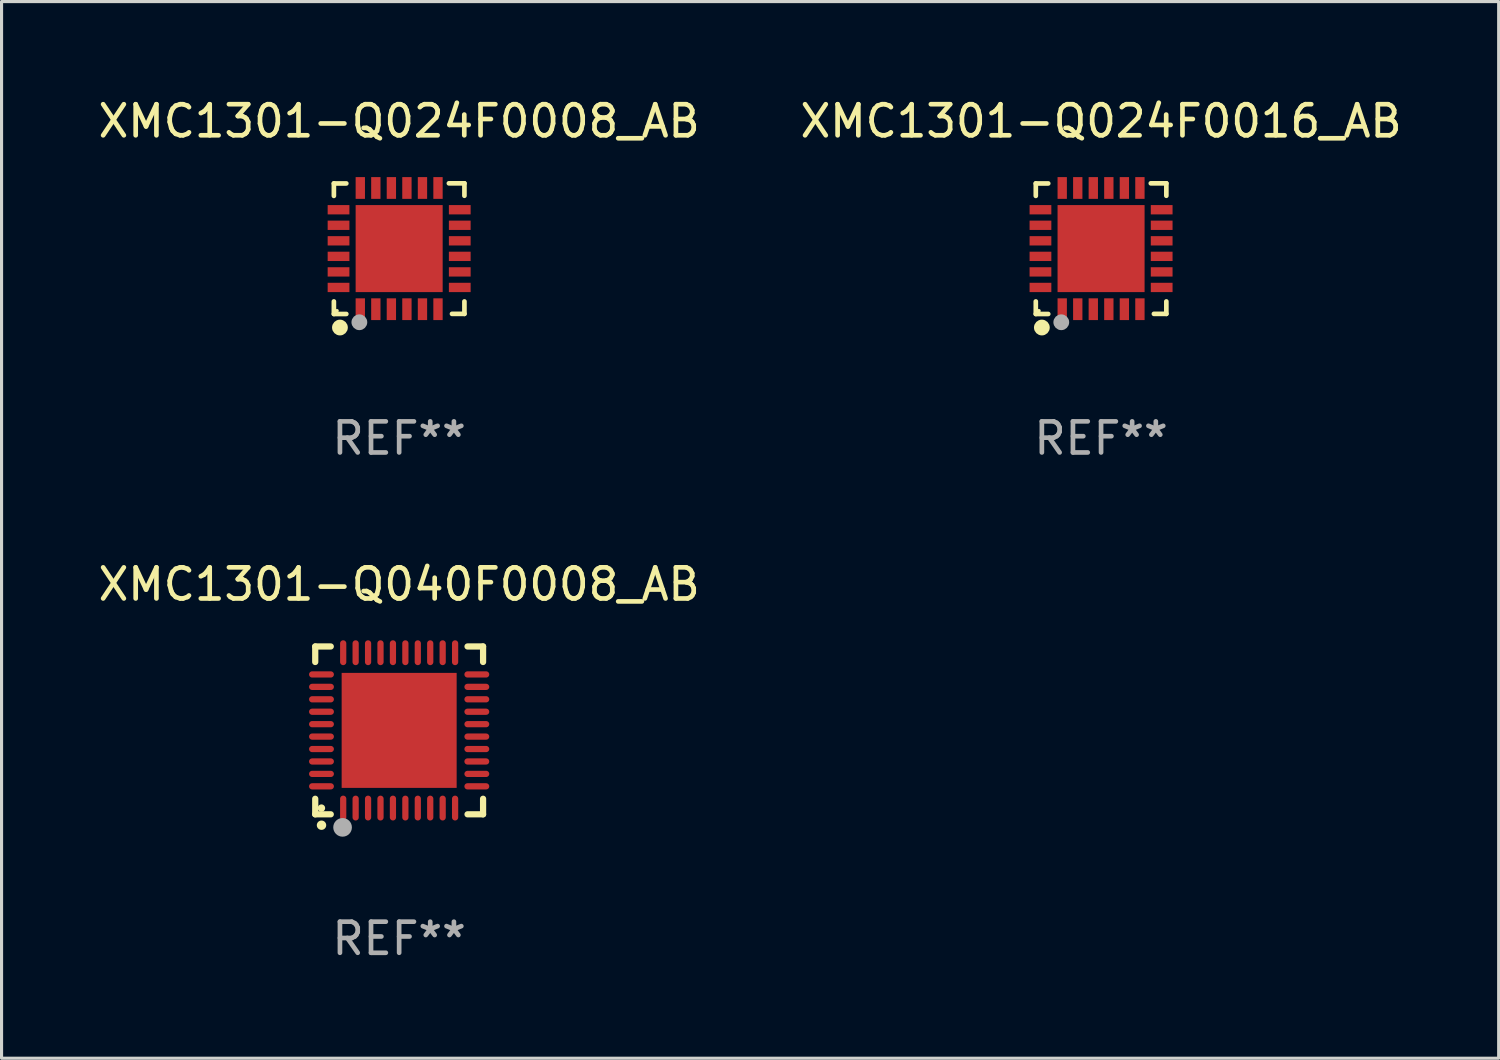
<source format=kicad_pcb>
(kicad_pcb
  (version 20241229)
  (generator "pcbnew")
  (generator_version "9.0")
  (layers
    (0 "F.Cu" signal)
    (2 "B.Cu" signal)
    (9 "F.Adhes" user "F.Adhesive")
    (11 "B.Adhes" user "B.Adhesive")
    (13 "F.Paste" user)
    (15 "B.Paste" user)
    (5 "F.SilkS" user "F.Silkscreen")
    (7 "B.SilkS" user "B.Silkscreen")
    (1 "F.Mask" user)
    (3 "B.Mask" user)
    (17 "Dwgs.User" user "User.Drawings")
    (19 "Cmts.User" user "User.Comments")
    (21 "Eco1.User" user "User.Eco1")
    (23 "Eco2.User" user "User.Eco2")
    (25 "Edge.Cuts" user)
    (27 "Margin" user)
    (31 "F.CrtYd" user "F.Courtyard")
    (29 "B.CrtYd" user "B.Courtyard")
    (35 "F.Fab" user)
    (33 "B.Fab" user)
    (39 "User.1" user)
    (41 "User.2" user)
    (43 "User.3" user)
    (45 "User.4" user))
  (footprint "XMC1301-Q040F0008_AB"
    (layer "F.Cu")
    (at 9.792 20.449)
    (property "Reference" "XMC1301-Q040F0008_AB" (at 0 -4.7 0) (layer "F.SilkS") (effects (font (size 1 1) (thickness 0.15))))
    (attr through_hole)
    (fp_line (start -2.7 -2.7) (end -2.7 -2.2) (stroke (width 0.2) (type solid)) (layer "F.SilkS"))
    (fp_line (start -2.7 2.7) (end -2.7 2.2) (stroke (width 0.2) (type solid)) (layer "F.SilkS"))
    (fp_line (start -2.2 -2.7) (end -2.7 -2.7) (stroke (width 0.2) (type solid)) (layer "F.SilkS"))
    (fp_line (start -2.2 2.7) (end -2.7 2.7) (stroke (width 0.2) (type solid)) (layer "F.SilkS"))
    (fp_line (start 2.7 -2.7) (end 2.2 -2.7) (stroke (width 0.2) (type solid)) (layer "F.SilkS"))
    (fp_line (start 2.7 -2.2) (end 2.7 -2.7) (stroke (width 0.2) (type solid)) (layer "F.SilkS"))
    (fp_line (start 2.7 2.2) (end 2.7 2.7) (stroke (width 0.2) (type solid)) (layer "F.SilkS"))
    (fp_line (start 2.7 2.7) (end 2.2 2.7) (stroke (width 0.2) (type solid)) (layer "F.SilkS"))
    (fp_arc (start -2.499365 3.050546) (mid -2.498095 3.050541) (end -2.496825 3.050546) (stroke (width 0.3) (type solid)) (layer "F.SilkS"))
    (fp_circle (center -2.5 2.5) (end -2.44 2.5) (stroke (width 0.12) (type solid)) (fill no) (layer "F.SilkS"))
    (fp_circle (center -1.82 3.12) (end -1.67 3.12) (stroke (width 0.3) (type solid)) (fill no) (layer "F.Fab"))
    (fp_text user "REF**" (at 0 6.7 0) (layer "F.Fab") (effects (font (size 1 1) (thickness 0.15))))
    (pad "1" smd oval (at -1.8 2.499) (size 0.2 0.8) (layers "F.Cu" "F.Mask" "F.Paste"))
    (pad "2" smd oval (at -1.4 2.499) (size 0.2 0.8) (layers "F.Cu" "F.Mask" "F.Paste"))
    (pad "3" smd oval (at -1 2.499) (size 0.2 0.8) (layers "F.Cu" "F.Mask" "F.Paste"))
    (pad "4" smd oval (at -0.6 2.499) (size 0.2 0.8) (layers "F.Cu" "F.Mask" "F.Paste"))
    (pad "5" smd oval (at -0.2 2.499) (size 0.2 0.8) (layers "F.Cu" "F.Mask" "F.Paste"))
    (pad "6" smd oval (at 0.2 2.499) (size 0.2 0.8) (layers "F.Cu" "F.Mask" "F.Paste"))
    (pad "7" smd oval (at 0.6 2.499) (size 0.2 0.8) (layers "F.Cu" "F.Mask" "F.Paste"))
    (pad "8" smd oval (at 1 2.499) (size 0.2 0.8) (layers "F.Cu" "F.Mask" "F.Paste"))
    (pad "9" smd oval (at 1.4 2.499) (size 0.2 0.8) (layers "F.Cu" "F.Mask" "F.Paste"))
    (pad "10" smd oval (at 1.8 2.499) (size 0.2 0.8) (layers "F.Cu" "F.Mask" "F.Paste"))
    (pad "11" smd oval (at 2.499 1.8) (size 0.8 0.2) (layers "F.Cu" "F.Mask" "F.Paste"))
    (pad "12" smd oval (at 2.499 1.4) (size 0.8 0.2) (layers "F.Cu" "F.Mask" "F.Paste"))
    (pad "13" smd oval (at 2.499 1) (size 0.8 0.2) (layers "F.Cu" "F.Mask" "F.Paste"))
    (pad "14" smd oval (at 2.499 0.6) (size 0.8 0.2) (layers "F.Cu" "F.Mask" "F.Paste"))
    (pad "15" smd oval (at 2.499 0.2) (size 0.8 0.2) (layers "F.Cu" "F.Mask" "F.Paste"))
    (pad "16" smd oval (at 2.499 -0.2) (size 0.8 0.2) (layers "F.Cu" "F.Mask" "F.Paste"))
    (pad "17" smd oval (at 2.499 -0.6) (size 0.8 0.2) (layers "F.Cu" "F.Mask" "F.Paste"))
    (pad "18" smd oval (at 2.499 -1) (size 0.8 0.2) (layers "F.Cu" "F.Mask" "F.Paste"))
    (pad "19" smd oval (at 2.499 -1.4) (size 0.8 0.2) (layers "F.Cu" "F.Mask" "F.Paste"))
    (pad "20" smd oval (at 2.499 -1.8) (size 0.8 0.2) (layers "F.Cu" "F.Mask" "F.Paste"))
    (pad "21" smd oval (at 1.8 -2.499) (size 0.2 0.8) (layers "F.Cu" "F.Mask" "F.Paste"))
    (pad "22" smd oval (at 1.4 -2.499) (size 0.2 0.8) (layers "F.Cu" "F.Mask" "F.Paste"))
    (pad "23" smd oval (at 1 -2.499) (size 0.2 0.8) (layers "F.Cu" "F.Mask" "F.Paste"))
    (pad "24" smd oval (at 0.6 -2.499) (size 0.2 0.8) (layers "F.Cu" "F.Mask" "F.Paste"))
    (pad "25" smd oval (at 0.2 -2.499) (size 0.2 0.8) (layers "F.Cu" "F.Mask" "F.Paste"))
    (pad "26" smd oval (at -0.2 -2.499) (size 0.2 0.8) (layers "F.Cu" "F.Mask" "F.Paste"))
    (pad "27" smd oval (at -0.6 -2.499) (size 0.2 0.8) (layers "F.Cu" "F.Mask" "F.Paste"))
    (pad "28" smd oval (at -1 -2.499) (size 0.2 0.8) (layers "F.Cu" "F.Mask" "F.Paste"))
    (pad "29" smd oval (at -1.4 -2.499) (size 0.2 0.8) (layers "F.Cu" "F.Mask" "F.Paste"))
    (pad "30" smd oval (at -1.8 -2.499) (size 0.2 0.8) (layers "F.Cu" "F.Mask" "F.Paste"))
    (pad "31" smd oval (at -2.499 -1.8) (size 0.8 0.2) (layers "F.Cu" "F.Mask" "F.Paste"))
    (pad "32" smd oval (at -2.499 -1.4) (size 0.8 0.2) (layers "F.Cu" "F.Mask" "F.Paste"))
    (pad "33" smd oval (at -2.499 -1) (size 0.8 0.2) (layers "F.Cu" "F.Mask" "F.Paste"))
    (pad "34" smd oval (at -2.499 -0.6) (size 0.8 0.2) (layers "F.Cu" "F.Mask" "F.Paste"))
    (pad "35" smd oval (at -2.499 -0.2) (size 0.8 0.2) (layers "F.Cu" "F.Mask" "F.Paste"))
    (pad "36" smd oval (at -2.499 0.2) (size 0.8 0.2) (layers "F.Cu" "F.Mask" "F.Paste"))
    (pad "37" smd oval (at -2.499 0.6) (size 0.8 0.2) (layers "F.Cu" "F.Mask" "F.Paste"))
    (pad "38" smd oval (at -2.499 1) (size 0.8 0.2) (layers "F.Cu" "F.Mask" "F.Paste"))
    (pad "39" smd oval (at -2.499 1.4) (size 0.8 0.2) (layers "F.Cu" "F.Mask" "F.Paste"))
    (pad "40" smd oval (at -2.499 1.8) (size 0.8 0.2) (layers "F.Cu" "F.Mask" "F.Paste"))
    (pad "41" smd rect (at 0 0) (size 3.7 3.7) (layers "F.Cu" "F.Mask" "F.Paste")))
  (footprint "XMC1301-Q024F0008_AB"
    (layer "F.Cu")
    (at 9.792 4.95)
    (property "Reference" "XMC1301-Q024F0008_AB" (at 0 -4.102 0) (layer "F.SilkS") (effects (font (size 1 1) (thickness 0.15))))
    (attr through_hole)
    (fp_line (start -2.1 -2.098) (end -1.7 -2.098) (stroke (width 0.15) (type solid)) (layer "F.SilkS"))
    (fp_line (start -2.1 -1.698) (end -2.1 -2.098) (stroke (width 0.15) (type solid)) (layer "F.SilkS"))
    (fp_line (start -2.1 2.102) (end -2.1 1.698) (stroke (width 0.15) (type solid)) (layer "F.SilkS"))
    (fp_line (start -1.7 2.102) (end -2.1 2.102) (stroke (width 0.15) (type solid)) (layer "F.SilkS"))
    (fp_line (start 1.6 -2.102) (end 2.1 -2.102) (stroke (width 0.15) (type solid)) (layer "F.SilkS"))
    (fp_line (start 1.7 2.098) (end 2.1 2.098) (stroke (width 0.15) (type solid)) (layer "F.SilkS"))
    (fp_line (start 2.1 -2.102) (end 2.1 -1.702) (stroke (width 0.15) (type solid)) (layer "F.SilkS"))
    (fp_line (start 2.1 2.098) (end 2.1 1.698) (stroke (width 0.15) (type solid)) (layer "F.SilkS"))
    (fp_circle (center -2 1.998) (end -1.97 1.998) (stroke (width 0.06) (type solid)) (fill no) (layer "F.SilkS"))
    (fp_circle (center -1.905 2.538) (end -1.778 2.538) (stroke (width 0.254) (type solid)) (fill no) (layer "F.SilkS"))
    (fp_circle (center -1.28 2.368) (end -1.153 2.368) (stroke (width 0.254) (type solid)) (fill no) (layer "F.Fab"))
    (fp_text user "REF**" (at 0 6.102 0) (layer "F.Fab") (effects (font (size 1 1) (thickness 0.15))))
    (pad "1" smd rect (at -1.25 1.948 180) (size 0.3 0.7) (layers "F.Cu" "F.Mask" "F.Paste"))
    (pad "2" smd rect (at -0.75 1.948 180) (size 0.3 0.7) (layers "F.Cu" "F.Mask" "F.Paste"))
    (pad "3" smd rect (at -0.25 1.948 180) (size 0.3 0.7) (layers "F.Cu" "F.Mask" "F.Paste"))
    (pad "4" smd rect (at 0.25 1.948 180) (size 0.3 0.7) (layers "F.Cu" "F.Mask" "F.Paste"))
    (pad "5" smd rect (at 0.75 1.948 180) (size 0.3 0.7) (layers "F.Cu" "F.Mask" "F.Paste"))
    (pad "6" smd rect (at 1.25 1.948 180) (size 0.3 0.7) (layers "F.Cu" "F.Mask" "F.Paste"))
    (pad "7" smd rect (at 1.95 1.248 270) (size 0.3 0.7) (layers "F.Cu" "F.Mask" "F.Paste"))
    (pad "8" smd rect (at 1.95 0.748 270) (size 0.3 0.7) (layers "F.Cu" "F.Mask" "F.Paste"))
    (pad "9" smd rect (at 1.95 0.248 270) (size 0.3 0.7) (layers "F.Cu" "F.Mask" "F.Paste"))
    (pad "10" smd rect (at 1.95 -0.252 270) (size 0.3 0.7) (layers "F.Cu" "F.Mask" "F.Paste"))
    (pad "11" smd rect (at 1.95 -0.752 270) (size 0.3 0.7) (layers "F.Cu" "F.Mask" "F.Paste"))
    (pad "12" smd rect (at 1.95 -1.252 270) (size 0.3 0.7) (layers "F.Cu" "F.Mask" "F.Paste"))
    (pad "13" smd rect (at 1.25 -1.952) (size 0.3 0.7) (layers "F.Cu" "F.Mask" "F.Paste"))
    (pad "14" smd rect (at 0.75 -1.952) (size 0.3 0.7) (layers "F.Cu" "F.Mask" "F.Paste"))
    (pad "15" smd rect (at 0.25 -1.952) (size 0.3 0.7) (layers "F.Cu" "F.Mask" "F.Paste"))
    (pad "16" smd rect (at -0.25 -1.952) (size 0.3 0.7) (layers "F.Cu" "F.Mask" "F.Paste"))
    (pad "17" smd rect (at -0.75 -1.952) (size 0.3 0.7) (layers "F.Cu" "F.Mask" "F.Paste"))
    (pad "18" smd rect (at -1.25 -1.952) (size 0.3 0.7) (layers "F.Cu" "F.Mask" "F.Paste"))
    (pad "19" smd rect (at -1.95 -1.252 90) (size 0.3 0.7) (layers "F.Cu" "F.Mask" "F.Paste"))
    (pad "20" smd rect (at -1.95 -0.752 90) (size 0.3 0.7) (layers "F.Cu" "F.Mask" "F.Paste"))
    (pad "21" smd rect (at -1.95 -0.252 90) (size 0.3 0.7) (layers "F.Cu" "F.Mask" "F.Paste"))
    (pad "22" smd rect (at -1.95 0.248 90) (size 0.3 0.7) (layers "F.Cu" "F.Mask" "F.Paste"))
    (pad "23" smd rect (at -1.95 0.748 90) (size 0.3 0.7) (layers "F.Cu" "F.Mask" "F.Paste"))
    (pad "24" smd rect (at -1.95 1.248 90) (size 0.3 0.7) (layers "F.Cu" "F.Mask" "F.Paste"))
    (pad "25" smd rect (at 0.000038 -0.002) (size 2.8 2.8) (layers "F.Cu" "F.Mask" "F.Paste")))
  (footprint "XMC1301-Q024F0016_AB"
    (layer "F.Cu")
    (at 32.375 4.95)
    (property "Reference" "XMC1301-Q024F0016_AB" (at 0 -4.102 0) (layer "F.SilkS") (effects (font (size 1 1) (thickness 0.15))))
    (attr through_hole)
    (fp_line (start -2.1 -2.098) (end -1.7 -2.098) (stroke (width 0.15) (type solid)) (layer "F.SilkS"))
    (fp_line (start -2.1 -1.698) (end -2.1 -2.098) (stroke (width 0.15) (type solid)) (layer "F.SilkS"))
    (fp_line (start -2.1 2.102) (end -2.1 1.698) (stroke (width 0.15) (type solid)) (layer "F.SilkS"))
    (fp_line (start -1.7 2.102) (end -2.1 2.102) (stroke (width 0.15) (type solid)) (layer "F.SilkS"))
    (fp_line (start 1.6 -2.102) (end 2.1 -2.102) (stroke (width 0.15) (type solid)) (layer "F.SilkS"))
    (fp_line (start 1.7 2.098) (end 2.1 2.098) (stroke (width 0.15) (type solid)) (layer "F.SilkS"))
    (fp_line (start 2.1 -2.102) (end 2.1 -1.702) (stroke (width 0.15) (type solid)) (layer "F.SilkS"))
    (fp_line (start 2.1 2.098) (end 2.1 1.698) (stroke (width 0.15) (type solid)) (layer "F.SilkS"))
    (fp_circle (center -2 1.998) (end -1.97 1.998) (stroke (width 0.06) (type solid)) (fill no) (layer "F.SilkS"))
    (fp_circle (center -1.905 2.538) (end -1.778 2.538) (stroke (width 0.254) (type solid)) (fill no) (layer "F.SilkS"))
    (fp_circle (center -1.28 2.368) (end -1.153 2.368) (stroke (width 0.254) (type solid)) (fill no) (layer "F.Fab"))
    (fp_text user "REF**" (at 0 6.102 0) (layer "F.Fab") (effects (font (size 1 1) (thickness 0.15))))
    (pad "1" smd rect (at -1.25 1.948 180) (size 0.3 0.7) (layers "F.Cu" "F.Mask" "F.Paste"))
    (pad "2" smd rect (at -0.75 1.948 180) (size 0.3 0.7) (layers "F.Cu" "F.Mask" "F.Paste"))
    (pad "3" smd rect (at -0.25 1.948 180) (size 0.3 0.7) (layers "F.Cu" "F.Mask" "F.Paste"))
    (pad "4" smd rect (at 0.25 1.948 180) (size 0.3 0.7) (layers "F.Cu" "F.Mask" "F.Paste"))
    (pad "5" smd rect (at 0.75 1.948 180) (size 0.3 0.7) (layers "F.Cu" "F.Mask" "F.Paste"))
    (pad "6" smd rect (at 1.25 1.948 180) (size 0.3 0.7) (layers "F.Cu" "F.Mask" "F.Paste"))
    (pad "7" smd rect (at 1.95 1.248 270) (size 0.3 0.7) (layers "F.Cu" "F.Mask" "F.Paste"))
    (pad "8" smd rect (at 1.95 0.748 270) (size 0.3 0.7) (layers "F.Cu" "F.Mask" "F.Paste"))
    (pad "9" smd rect (at 1.95 0.248 270) (size 0.3 0.7) (layers "F.Cu" "F.Mask" "F.Paste"))
    (pad "10" smd rect (at 1.95 -0.252 270) (size 0.3 0.7) (layers "F.Cu" "F.Mask" "F.Paste"))
    (pad "11" smd rect (at 1.95 -0.752 270) (size 0.3 0.7) (layers "F.Cu" "F.Mask" "F.Paste"))
    (pad "12" smd rect (at 1.95 -1.252 270) (size 0.3 0.7) (layers "F.Cu" "F.Mask" "F.Paste"))
    (pad "13" smd rect (at 1.25 -1.952) (size 0.3 0.7) (layers "F.Cu" "F.Mask" "F.Paste"))
    (pad "14" smd rect (at 0.75 -1.952) (size 0.3 0.7) (layers "F.Cu" "F.Mask" "F.Paste"))
    (pad "15" smd rect (at 0.25 -1.952) (size 0.3 0.7) (layers "F.Cu" "F.Mask" "F.Paste"))
    (pad "16" smd rect (at -0.25 -1.952) (size 0.3 0.7) (layers "F.Cu" "F.Mask" "F.Paste"))
    (pad "17" smd rect (at -0.75 -1.952) (size 0.3 0.7) (layers "F.Cu" "F.Mask" "F.Paste"))
    (pad "18" smd rect (at -1.25 -1.952) (size 0.3 0.7) (layers "F.Cu" "F.Mask" "F.Paste"))
    (pad "19" smd rect (at -1.95 -1.252 90) (size 0.3 0.7) (layers "F.Cu" "F.Mask" "F.Paste"))
    (pad "20" smd rect (at -1.95 -0.752 90) (size 0.3 0.7) (layers "F.Cu" "F.Mask" "F.Paste"))
    (pad "21" smd rect (at -1.95 -0.252 90) (size 0.3 0.7) (layers "F.Cu" "F.Mask" "F.Paste"))
    (pad "22" smd rect (at -1.95 0.248 90) (size 0.3 0.7) (layers "F.Cu" "F.Mask" "F.Paste"))
    (pad "23" smd rect (at -1.95 0.748 90) (size 0.3 0.7) (layers "F.Cu" "F.Mask" "F.Paste"))
    (pad "24" smd rect (at -1.95 1.248 90) (size 0.3 0.7) (layers "F.Cu" "F.Mask" "F.Paste"))
    (pad "25" smd rect (at 0.000038 -0.002) (size 2.8 2.8) (layers "F.Cu" "F.Mask" "F.Paste")))
  (gr_rect
    (start -3 -3)
    (end 45.167 30.997)
    (stroke (width 0.1) (type default))
    (fill no)
    (layer "Edge.Cuts")))
</source>
